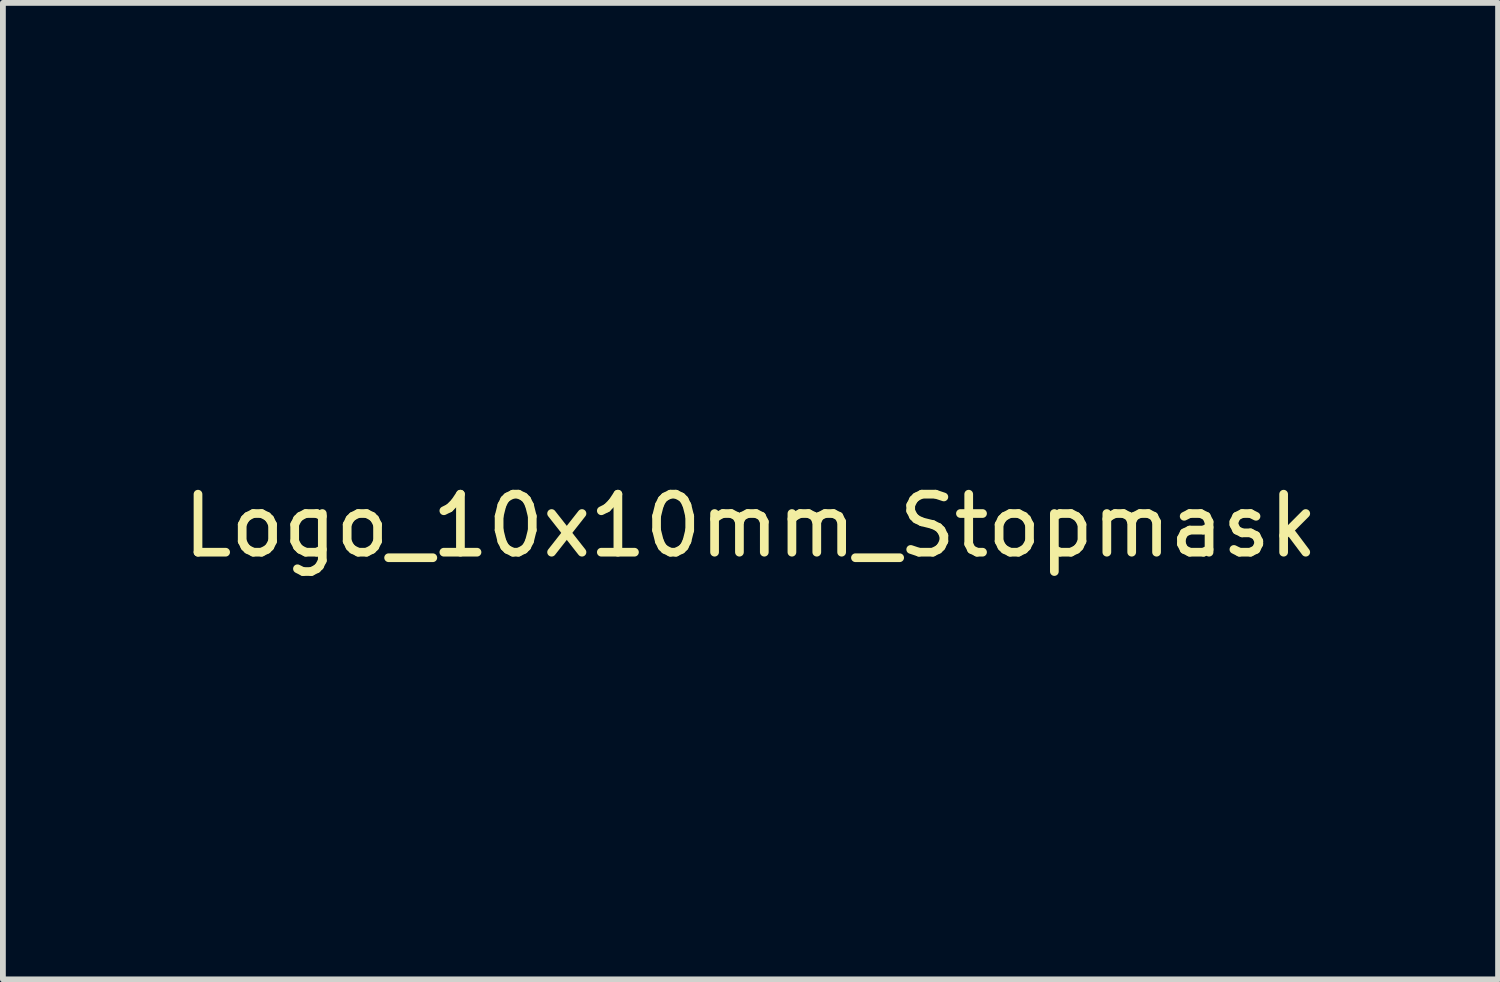
<source format=kicad_pcb>
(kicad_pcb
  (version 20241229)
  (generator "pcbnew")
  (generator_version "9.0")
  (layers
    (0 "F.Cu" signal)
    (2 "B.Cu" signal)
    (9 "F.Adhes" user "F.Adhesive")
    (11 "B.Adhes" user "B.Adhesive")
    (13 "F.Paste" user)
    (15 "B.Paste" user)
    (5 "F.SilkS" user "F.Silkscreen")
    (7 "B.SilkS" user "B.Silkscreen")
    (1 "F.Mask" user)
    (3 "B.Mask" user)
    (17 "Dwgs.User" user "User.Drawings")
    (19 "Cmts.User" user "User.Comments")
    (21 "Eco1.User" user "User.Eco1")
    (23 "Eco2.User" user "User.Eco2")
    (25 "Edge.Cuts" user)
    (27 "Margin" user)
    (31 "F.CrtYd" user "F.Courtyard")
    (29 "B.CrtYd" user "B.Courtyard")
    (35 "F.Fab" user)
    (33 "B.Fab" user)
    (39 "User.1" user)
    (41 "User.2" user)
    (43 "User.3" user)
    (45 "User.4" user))
  (footprint "Logo_10x10mm_Stopmask"
    (layer "F.Cu")
    (at 9.887 5.514)
    (property "Reference" "Logo_10x10mm_Stopmask" (at 0 0.5 0) (layer "F.SilkS") (effects (font (size 1 1) (thickness 0.15))))
    (attr through_hole)
    (fp_poly (pts (xy -0.778 -2.79) (xy -0.708 -2.744) (xy -0.656 -2.678) (xy -0.624 -2.599) (xy -0.617 -2.516) (xy -0.638 -2.433) (xy -0.689 -2.36) (xy -0.742 -2.321) (xy -0.802 -2.298) (xy -0.875 -2.286) (xy -0.887 -2.286) (xy -0.952 -2.293) (xy -1.008 -2.321) (xy -1.053 -2.358) (xy -1.102 -2.408) (xy -1.125 -2.451) (xy -1.132 -2.51) (xy -1.132 -2.537) (xy -1.117 -2.644) (xy -1.068 -2.725) (xy -0.986 -2.781) (xy -0.958 -2.793) (xy -0.863 -2.808) (xy -0.778 -2.79)) (stroke (width 0.01) (type solid)) (fill yes) (layer "F.Mask"))
    (fp_poly (pts (xy 0.861 -2.787) (xy 0.935 -2.733) (xy 0.985 -2.652) (xy 1.005 -2.548) (xy 1.005 -2.537) (xy 1.002 -2.469) (xy 0.985 -2.422) (xy 0.946 -2.377) (xy 0.926 -2.358) (xy 0.867 -2.312) (xy 0.813 -2.291) (xy 0.757 -2.287) (xy 0.685 -2.295) (xy 0.622 -2.316) (xy 0.611 -2.322) (xy 0.538 -2.388) (xy 0.498 -2.471) (xy 0.49 -2.561) (xy 0.512 -2.649) (xy 0.564 -2.726) (xy 0.644 -2.782) (xy 0.67 -2.793) (xy 0.771 -2.808) (xy 0.861 -2.787)) (stroke (width 0.01) (type solid)) (fill yes) (layer "F.Mask"))
    (fp_poly (pts (xy -3.767 -0.793) (xy -3.713 -0.748) (xy -3.692 -0.703) (xy -3.642 -0.493) (xy -3.588 -0.31) (xy -3.534 -0.161) (xy -3.533 -0.157) (xy -3.436 0.036) (xy -3.312 0.224) (xy -3.169 0.396) (xy -3.015 0.542) (xy -2.911 0.62) (xy -2.845 0.671) (xy -2.8 0.723) (xy -2.789 0.745) (xy -2.784 0.817) (xy -2.812 0.885) (xy -2.863 0.938) (xy -2.928 0.968) (xy -2.986 0.967) (xy -3.083 0.927) (xy -3.194 0.853) (xy -3.314 0.75) (xy -3.44 0.621) (xy -3.567 0.472) (xy -3.69 0.307) (xy -3.721 0.263) (xy -3.737 0.242) (xy -3.742 0.253) (xy -3.736 0.298) (xy -3.735 0.307) (xy -3.711 0.416) (xy -3.668 0.552) (xy -3.609 0.706) (xy -3.539 0.87) (xy -3.461 1.032) (xy -3.459 1.037) (xy -3.409 1.137) (xy -3.368 1.226) (xy -3.338 1.297) (xy -3.324 1.342) (xy -3.323 1.348) (xy -3.34 1.402) (xy -3.382 1.458) (xy -3.435 1.5) (xy -3.461 1.511) (xy -3.51 1.511) (xy -3.567 1.494) (xy -3.614 1.457) (xy -3.671 1.384) (xy -3.733 1.282) (xy -3.799 1.157) (xy -3.865 1.013) (xy -3.93 0.858) (xy -3.989 0.696) (xy -4.041 0.534) (xy -4.059 0.47) (xy -4.081 0.383) (xy -4.096 0.306) (xy -4.106 0.228) (xy -4.112 0.136) (xy -4.115 0.021) (xy -4.115 -0.074) (xy -4.115 -0.208) (xy -4.113 -0.309) (xy -4.108 -0.388) (xy -4.098 -0.454) (xy -4.084 -0.517) (xy -4.066 -0.578) (xy -4.021 -0.698) (xy -3.97 -0.777) (xy -3.911 -0.817) (xy -3.842 -0.821) (xy -3.767 -0.793)) (stroke (width 0.01) (type solid)) (fill yes) (layer "F.Mask"))
    (fp_poly (pts (xy -2.148 1.01) (xy -2.102 1.046) (xy -2.057 1.121) (xy -2.055 1.19) (xy -2.093 1.254) (xy -2.171 1.311) (xy -2.244 1.344) (xy -2.437 1.434) (xy -2.599 1.545) (xy -2.729 1.679) (xy -2.829 1.837) (xy -2.899 2.022) (xy -2.941 2.234) (xy -2.955 2.477) (xy -2.945 2.726) (xy -2.905 3.075) (xy -2.843 3.388) (xy -2.757 3.665) (xy -2.667 3.874) (xy -2.619 3.987) (xy -2.606 4.075) (xy -2.626 4.142) (xy -2.684 4.189) (xy -2.779 4.22) (xy -2.874 4.234) (xy -3.008 4.253) (xy -3.109 4.282) (xy -3.185 4.324) (xy -3.244 4.379) (xy -3.303 4.477) (xy -3.322 4.579) (xy -3.303 4.679) (xy -3.248 4.772) (xy -3.157 4.852) (xy -3.104 4.883) (xy -3.04 4.912) (xy -2.973 4.93) (xy -2.89 4.942) (xy -2.79 4.948) (xy -2.674 4.953) (xy -2.589 4.95) (xy -2.526 4.939) (xy -2.473 4.917) (xy -2.421 4.882) (xy -2.392 4.858) (xy -2.307 4.805) (xy -2.224 4.785) (xy -2.151 4.797) (xy -2.095 4.84) (xy -2.064 4.909) (xy -2.068 4.987) (xy -2.108 5.068) (xy -2.182 5.148) (xy -2.284 5.22) (xy -2.371 5.264) (xy -2.424 5.278) (xy -2.507 5.291) (xy -2.608 5.3) (xy -2.715 5.306) (xy -2.814 5.307) (xy -2.895 5.304) (xy -2.921 5.3) (xy -3.107 5.257) (xy -3.261 5.197) (xy -3.39 5.118) (xy -3.468 5.052) (xy -3.547 4.969) (xy -3.6 4.891) (xy -3.632 4.807) (xy -3.647 4.705) (xy -3.651 4.583) (xy -3.65 4.481) (xy -3.645 4.408) (xy -3.634 4.353) (xy -3.614 4.302) (xy -3.594 4.263) (xy -3.519 4.147) (xy -3.423 4.056) (xy -3.3 3.983) (xy -3.158 3.927) (xy -3.092 3.903) (xy -3.062 3.882) (xy -3.058 3.86) (xy -3.059 3.855) (xy -3.157 3.571) (xy -3.23 3.259) (xy -3.278 2.928) (xy -3.299 2.586) (xy -3.297 2.364) (xy -3.292 2.234) (xy -3.284 2.134) (xy -3.273 2.053) (xy -3.256 1.979) (xy -3.232 1.901) (xy -3.228 1.887) (xy -3.133 1.669) (xy -3.006 1.472) (xy -2.85 1.3) (xy -2.669 1.159) (xy -2.468 1.051) (xy -2.454 1.045) (xy -2.326 1.003) (xy -2.225 0.991) (xy -2.148 1.01)) (stroke (width 0.01) (type solid)) (fill yes) (layer "F.Mask"))
    (fp_poly (pts (xy 0.081 -1.533) (xy 0.181 -1.512) (xy 0.33 -1.458) (xy 0.453 -1.38) (xy 0.549 -1.285) (xy 0.614 -1.177) (xy 0.647 -1.061) (xy 0.645 -0.941) (xy 0.607 -0.824) (xy 0.548 -0.734) (xy 0.431 -0.625) (xy 0.29 -0.547) (xy 0.236 -0.528) (xy 0.183 -0.509) (xy 0.151 -0.492) (xy 0.148 -0.488) (xy 0.159 -0.463) (xy 0.186 -0.416) (xy 0.209 -0.377) (xy 0.302 -0.264) (xy 0.414 -0.177) (xy 0.539 -0.123) (xy 0.657 -0.106) (xy 0.747 -0.116) (xy 0.822 -0.152) (xy 0.892 -0.215) (xy 0.961 -0.264) (xy 1.034 -0.276) (xy 1.102 -0.256) (xy 1.154 -0.207) (xy 1.183 -0.132) (xy 1.185 -0.099) (xy 1.165 -0.016) (xy 1.109 0.064) (xy 1.024 0.136) (xy 0.915 0.194) (xy 0.789 0.234) (xy 0.738 0.244) (xy 0.592 0.245) (xy 0.437 0.212) (xy 0.282 0.147) (xy 0.136 0.053) (xy 0.046 -0.025) (xy -0.064 -0.133) (xy -0.186 -0.016) (xy -0.34 0.107) (xy -0.502 0.193) (xy -0.669 0.24) (xy -0.837 0.247) (xy -0.937 0.231) (xy -1.06 0.189) (xy -1.166 0.127) (xy -1.247 0.052) (xy -1.298 -0.031) (xy -1.312 -0.103) (xy -1.295 -0.184) (xy -1.25 -0.241) (xy -1.187 -0.272) (xy -1.115 -0.272) (xy -1.044 -0.238) (xy -1.019 -0.215) (xy -0.944 -0.149) (xy -0.869 -0.115) (xy -0.784 -0.106) (xy -0.656 -0.126) (xy -0.532 -0.183) (xy -0.421 -0.272) (xy -0.336 -0.377) (xy -0.296 -0.445) (xy -0.279 -0.484) (xy -0.284 -0.503) (xy -0.308 -0.508) (xy -0.364 -0.521) (xy -0.44 -0.556) (xy -0.522 -0.605) (xy -0.599 -0.661) (xy -0.658 -0.717) (xy -0.735 -0.829) (xy -0.774 -0.944) (xy -0.775 -1.004) (xy -0.423 -1.004) (xy -0.403 -0.947) (xy -0.348 -0.898) (xy -0.265 -0.861) (xy -0.159 -0.838) (xy -0.039 -0.833) (xy -0.027 -0.833) (xy 0.067 -0.841) (xy 0.135 -0.857) (xy 0.193 -0.885) (xy 0.211 -0.897) (xy 0.274 -0.953) (xy 0.297 -1.01) (xy 0.278 -1.064) (xy 0.259 -1.086) (xy 0.182 -1.136) (xy 0.088 -1.167) (xy -0.017 -1.182) (xy -0.124 -1.181) (xy -0.225 -1.165) (xy -0.313 -1.136) (xy -0.38 -1.093) (xy -0.418 -1.038) (xy -0.423 -1.004) (xy -0.775 -1.004) (xy -0.777 -1.057) (xy -0.748 -1.165) (xy -0.689 -1.266) (xy -0.606 -1.356) (xy -0.5 -1.432) (xy -0.375 -1.491) (xy -0.234 -1.529) (xy -0.081 -1.544) (xy 0.081 -1.533)) (stroke (width 0.01) (type solid)) (fill yes) (layer "F.Mask"))
    (fp_poly (pts (xy 2.136 0.999) (xy 2.264 1.025) (xy 2.406 1.082) (xy 2.552 1.166) (xy 2.656 1.243) (xy 2.823 1.404) (xy 2.961 1.593) (xy 3.068 1.806) (xy 3.14 2.037) (xy 3.155 2.11) (xy 3.167 2.217) (xy 3.172 2.356) (xy 3.172 2.516) (xy 3.166 2.689) (xy 3.155 2.863) (xy 3.139 3.029) (xy 3.119 3.178) (xy 3.112 3.213) (xy 3.087 3.335) (xy 3.053 3.473) (xy 3.014 3.612) (xy 2.975 3.74) (xy 2.938 3.844) (xy 2.929 3.866) (xy 2.942 3.886) (xy 2.988 3.911) (xy 3.031 3.927) (xy 3.186 3.989) (xy 3.306 4.064) (xy 3.399 4.157) (xy 3.467 4.263) (xy 3.494 4.318) (xy 3.511 4.37) (xy 3.52 4.429) (xy 3.524 4.51) (xy 3.524 4.583) (xy 3.52 4.714) (xy 3.503 4.815) (xy 3.469 4.898) (xy 3.414 4.975) (xy 3.341 5.05) (xy 3.259 5.122) (xy 3.185 5.174) (xy 3.101 5.214) (xy 3.003 5.25) (xy 2.917 5.272) (xy 2.808 5.289) (xy 2.685 5.301) (xy 2.563 5.307) (xy 2.452 5.307) (xy 2.365 5.299) (xy 2.339 5.294) (xy 2.214 5.247) (xy 2.101 5.183) (xy 2.011 5.109) (xy 1.957 5.037) (xy 1.934 4.953) (xy 1.947 4.879) (xy 1.992 4.821) (xy 2.065 4.788) (xy 2.109 4.784) (xy 2.18 4.801) (xy 2.261 4.855) (xy 2.265 4.858) (xy 2.321 4.901) (xy 2.372 4.93) (xy 2.429 4.946) (xy 2.501 4.953) (xy 2.601 4.951) (xy 2.663 4.948) (xy 2.772 4.941) (xy 2.853 4.929) (xy 2.919 4.909) (xy 2.977 4.883) (xy 3.084 4.81) (xy 3.156 4.723) (xy 3.191 4.625) (xy 3.188 4.523) (xy 3.146 4.421) (xy 3.108 4.371) (xy 3.027 4.306) (xy 2.917 4.26) (xy 2.791 4.236) (xy 2.739 4.233) (xy 2.631 4.222) (xy 2.548 4.19) (xy 2.505 4.153) (xy 2.48 4.091) (xy 2.487 4.009) (xy 2.525 3.904) (xy 2.54 3.874) (xy 2.639 3.642) (xy 2.717 3.38) (xy 2.776 3.085) (xy 2.815 2.754) (xy 2.818 2.709) (xy 2.828 2.573) (xy 2.833 2.467) (xy 2.833 2.381) (xy 2.827 2.304) (xy 2.817 2.224) (xy 2.811 2.189) (xy 2.759 1.979) (xy 2.679 1.797) (xy 2.573 1.644) (xy 2.543 1.612) (xy 2.443 1.519) (xy 2.34 1.447) (xy 2.218 1.385) (xy 2.125 1.347) (xy 2.016 1.294) (xy 1.949 1.235) (xy 1.924 1.17) (xy 1.94 1.097) (xy 1.972 1.048) (xy 2.002 1.015) (xy 2.034 0.999) (xy 2.084 0.996) (xy 2.136 0.999)) (stroke (width 0.01) (type solid)) (fill yes) (layer "F.Mask"))
    (fp_poly (pts (xy 1.271 1.731) (xy 1.329 1.772) (xy 1.368 1.826) (xy 1.376 1.863) (xy 1.372 1.892) (xy 1.363 1.959) (xy 1.347 2.059) (xy 1.327 2.187) (xy 1.302 2.339) (xy 1.274 2.512) (xy 1.243 2.699) (xy 1.217 2.857) (xy 1.184 3.054) (xy 1.154 3.239) (xy 1.127 3.407) (xy 1.103 3.555) (xy 1.083 3.677) (xy 1.069 3.77) (xy 1.061 3.829) (xy 1.058 3.85) (xy 1.069 3.879) (xy 1.107 3.898) (xy 1.144 3.905) (xy 1.206 3.922) (xy 1.289 3.953) (xy 1.373 3.992) (xy 1.377 3.994) (xy 1.518 4.085) (xy 1.624 4.2) (xy 1.695 4.338) (xy 1.73 4.497) (xy 1.731 4.636) (xy 1.7 4.796) (xy 1.632 4.938) (xy 1.53 5.06) (xy 1.398 5.16) (xy 1.236 5.236) (xy 1.047 5.287) (xy 0.835 5.311) (xy 0.76 5.313) (xy 0.55 5.296) (xy 0.358 5.248) (xy 0.188 5.17) (xy 0.047 5.064) (xy 0.033 5.05) (xy -0.064 4.954) (xy -0.16 5.05) (xy -0.272 5.14) (xy -0.41 5.217) (xy -0.558 5.273) (xy -0.633 5.291) (xy -0.747 5.305) (xy -0.886 5.31) (xy -1.031 5.305) (xy -1.164 5.292) (xy -1.185 5.289) (xy -1.315 5.255) (xy -1.451 5.198) (xy -1.574 5.127) (xy -1.644 5.073) (xy -1.749 4.952) (xy -1.819 4.811) (xy -1.856 4.659) (xy -1.858 4.502) (xy -1.824 4.348) (xy -1.754 4.205) (xy -1.726 4.164) (xy -1.652 4.09) (xy -1.55 4.019) (xy -1.434 3.958) (xy -1.319 3.916) (xy -1.271 3.905) (xy -1.213 3.891) (xy -1.189 3.868) (xy -1.185 3.85) (xy -1.189 3.821) (xy -1.198 3.754) (xy -1.214 3.655) (xy -1.234 3.527) (xy -1.259 3.375) (xy -1.287 3.204) (xy -1.318 3.016) (xy -1.344 2.857) (xy -1.377 2.661) (xy -1.407 2.476) (xy -1.435 2.307) (xy -1.458 2.159) (xy -1.478 2.036) (xy -1.492 1.943) (xy -1.501 1.883) (xy -1.503 1.863) (xy -1.484 1.806) (xy -1.437 1.755) (xy -1.375 1.722) (xy -1.333 1.714) (xy -1.25 1.727) (xy -1.195 1.768) (xy -1.167 1.825) (xy -1.16 1.86) (xy -1.146 1.932) (xy -1.127 2.036) (xy -1.103 2.17) (xy -1.076 2.327) (xy -1.046 2.503) (xy -1.014 2.695) (xy -0.982 2.884) (xy -0.944 3.113) (xy -0.913 3.303) (xy -0.886 3.459) (xy -0.865 3.583) (xy -0.847 3.68) (xy -0.832 3.752) (xy -0.82 3.804) (xy -0.809 3.838) (xy -0.799 3.859) (xy -0.789 3.869) (xy -0.778 3.873) (xy -0.768 3.873) (xy -0.708 3.892) (xy -0.654 3.94) (xy -0.62 4.002) (xy -0.614 4.041) (xy -0.629 4.103) (xy -0.663 4.161) (xy -0.686 4.185) (xy -0.711 4.202) (xy -0.747 4.214) (xy -0.802 4.222) (xy -0.884 4.228) (xy -0.975 4.233) (xy -1.1 4.243) (xy -1.206 4.256) (xy -1.284 4.271) (xy -1.312 4.28) (xy -1.41 4.343) (xy -1.475 4.427) (xy -1.507 4.524) (xy -1.505 4.626) (xy -1.467 4.727) (xy -1.401 4.808) (xy -1.317 4.871) (xy -1.216 4.915) (xy -1.092 4.941) (xy -0.936 4.952) (xy -0.88 4.953) (xy -0.725 4.945) (xy -0.601 4.919) (xy -0.5 4.873) (xy -0.411 4.802) (xy -0.374 4.761) (xy -0.347 4.729) (xy -0.323 4.698) (xy -0.303 4.666) (xy -0.286 4.63) (xy -0.272 4.586) (xy -0.261 4.53) (xy -0.252 4.46) (xy -0.245 4.373) (xy -0.24 4.264) (xy -0.237 4.131) (xy -0.235 3.971) (xy -0.233 3.78) (xy -0.233 3.555) (xy -0.233 3.292) (xy -0.233 3.133) (xy -0.233 1.807) (xy -0.184 1.761) (xy -0.116 1.722) (xy -0.038 1.716) (xy 0.034 1.742) (xy 0.06 1.763) (xy 0.106 1.812) (xy 0.106 3.135) (xy 0.106 3.419) (xy 0.106 3.664) (xy 0.107 3.873) (xy 0.109 4.049) (xy 0.111 4.196) (xy 0.115 4.318) (xy 0.121 4.416) (xy 0.129 4.495) (xy 0.139 4.558) (xy 0.151 4.608) (xy 0.167 4.648) (xy 0.185 4.682) (xy 0.207 4.713) (xy 0.232 4.744) (xy 0.247 4.761) (xy 0.332 4.844) (xy 0.426 4.901) (xy 0.539 4.936) (xy 0.679 4.951) (xy 0.753 4.953) (xy 0.919 4.946) (xy 1.053 4.925) (xy 1.16 4.887) (xy 1.249 4.83) (xy 1.274 4.808) (xy 1.346 4.716) (xy 1.38 4.615) (xy 1.379 4.513) (xy 1.343 4.416) (xy 1.273 4.334) (xy 1.185 4.28) (xy 1.125 4.263) (xy 1.031 4.249) (xy 0.909 4.238) (xy 0.85 4.235) (xy 0.74 4.229) (xy 0.664 4.223) (xy 0.614 4.214) (xy 0.581 4.202) (xy 0.557 4.184) (xy 0.537 4.163) (xy 0.501 4.101) (xy 0.487 4.041) (xy 0.504 3.975) (xy 0.548 3.917) (xy 0.606 3.88) (xy 0.641 3.873) (xy 0.653 3.873) (xy 0.663 3.868) (xy 0.673 3.856) (xy 0.683 3.834) (xy 0.694 3.797) (xy 0.707 3.742) (xy 0.722 3.666) (xy 0.741 3.565) (xy 0.763 3.436) (xy 0.79 3.275) (xy 0.823 3.079) (xy 0.855 2.884) (xy 0.889 2.682) (xy 0.921 2.491) (xy 0.951 2.316) (xy 0.978 2.16) (xy 1.001 2.029) (xy 1.02 1.926) (xy 1.033 1.856) (xy 1.04 1.825) (xy 1.076 1.758) (xy 1.135 1.723) (xy 1.206 1.714) (xy 1.271 1.731)) (stroke (width 0.01) (type solid)) (fill yes) (layer "F.Mask"))
    (fp_poly (pts (xy 2.709 -5.481) (xy 2.897 -5.42) (xy 3.095 -5.328) (xy 3.299 -5.207) (xy 3.508 -5.057) (xy 3.717 -4.88) (xy 3.784 -4.817) (xy 4.029 -4.56) (xy 4.233 -4.299) (xy 4.394 -4.033) (xy 4.513 -3.762) (xy 4.59 -3.487) (xy 4.613 -3.348) (xy 4.62 -3.141) (xy 4.589 -2.947) (xy 4.522 -2.769) (xy 4.421 -2.612) (xy 4.288 -2.479) (xy 4.124 -2.373) (xy 4.108 -2.365) (xy 4.043 -2.335) (xy 3.989 -2.315) (xy 3.934 -2.304) (xy 3.865 -2.298) (xy 3.769 -2.297) (xy 3.736 -2.297) (xy 3.631 -2.297) (xy 3.555 -2.301) (xy 3.498 -2.31) (xy 3.445 -2.327) (xy 3.386 -2.354) (xy 3.361 -2.366) (xy 3.213 -2.46) (xy 3.121 -2.546) (xy 3.086 -2.589) (xy 3.032 -2.662) (xy 2.961 -2.761) (xy 2.876 -2.882) (xy 2.782 -3.019) (xy 2.68 -3.168) (xy 2.575 -3.324) (xy 2.569 -3.333) (xy 2.446 -3.517) (xy 2.346 -3.669) (xy 2.266 -3.793) (xy 2.205 -3.893) (xy 2.161 -3.972) (xy 2.133 -4.033) (xy 2.119 -4.081) (xy 2.117 -4.118) (xy 2.125 -4.148) (xy 2.143 -4.175) (xy 2.169 -4.202) (xy 2.169 -4.203) (xy 2.24 -4.246) (xy 2.323 -4.251) (xy 2.36 -4.241) (xy 2.379 -4.221) (xy 2.419 -4.17) (xy 2.476 -4.09) (xy 2.549 -3.988) (xy 2.634 -3.865) (xy 2.729 -3.727) (xy 2.83 -3.576) (xy 2.856 -3.537) (xy 2.991 -3.337) (xy 3.105 -3.17) (xy 3.202 -3.032) (xy 3.284 -2.921) (xy 3.353 -2.834) (xy 3.412 -2.767) (xy 3.463 -2.718) (xy 3.51 -2.684) (xy 3.554 -2.66) (xy 3.591 -2.648) (xy 3.733 -2.629) (xy 3.872 -2.65) (xy 4.002 -2.707) (xy 4.117 -2.798) (xy 4.207 -2.917) (xy 4.235 -2.97) (xy 4.253 -3.019) (xy 4.261 -3.078) (xy 4.264 -3.159) (xy 4.264 -3.207) (xy 4.248 -3.411) (xy 4.197 -3.613) (xy 4.11 -3.82) (xy 4.089 -3.863) (xy 3.967 -4.066) (xy 3.816 -4.267) (xy 3.643 -4.462) (xy 3.454 -4.644) (xy 3.254 -4.807) (xy 3.051 -4.947) (xy 2.851 -5.057) (xy 2.694 -5.121) (xy 2.568 -5.154) (xy 2.465 -5.162) (xy 2.375 -5.143) (xy 2.333 -5.125) (xy 2.244 -5.073) (xy 2.133 -4.997) (xy 2.006 -4.903) (xy 1.871 -4.797) (xy 1.736 -4.683) (xy 1.686 -4.639) (xy 1.463 -4.442) (xy 1.599 -4.258) (xy 1.776 -3.989) (xy 1.934 -3.686) (xy 2.073 -3.352) (xy 2.192 -2.991) (xy 2.29 -2.608) (xy 2.366 -2.206) (xy 2.419 -1.791) (xy 2.447 -1.365) (xy 2.45 -0.932) (xy 2.449 -0.893) (xy 2.443 -0.738) (xy 2.434 -0.588) (xy 2.424 -0.454) (xy 2.412 -0.344) (xy 2.404 -0.292) (xy 2.335 -0.003) (xy 2.239 0.255) (xy 2.117 0.484) (xy 1.965 0.683) (xy 1.785 0.854) (xy 1.574 0.998) (xy 1.332 1.115) (xy 1.058 1.206) (xy 0.75 1.272) (xy 0.445 1.311) (xy 0.274 1.322) (xy 0.076 1.329) (xy -0.133 1.33) (xy -0.338 1.326) (xy -0.523 1.316) (xy -0.603 1.31) (xy -0.925 1.266) (xy -1.218 1.197) (xy -1.49 1.1) (xy -1.662 1.02) (xy -1.764 0.964) (xy -1.851 0.905) (xy -1.938 0.833) (xy -2.034 0.741) (xy -2.121 0.649) (xy -2.187 0.572) (xy -2.241 0.493) (xy -2.293 0.398) (xy -2.324 0.337) (xy -2.403 0.161) (xy -2.466 -0.021) (xy -2.514 -0.213) (xy -2.548 -0.421) (xy -2.569 -0.652) (xy -2.579 -0.912) (xy -2.578 -1.046) (xy -2.229 -1.046) (xy -2.226 -0.861) (xy -2.22 -0.689) (xy -2.211 -0.54) (xy -2.198 -0.423) (xy -2.195 -0.402) (xy -2.134 -0.133) (xy -2.05 0.103) (xy -1.941 0.307) (xy -1.804 0.481) (xy -1.638 0.627) (xy -1.442 0.745) (xy -1.214 0.838) (xy -0.952 0.906) (xy -0.745 0.941) (xy -0.619 0.954) (xy -0.461 0.963) (xy -0.282 0.969) (xy -0.091 0.971) (xy 0.101 0.97) (xy 0.283 0.965) (xy 0.447 0.956) (xy 0.58 0.944) (xy 0.597 0.942) (xy 0.882 0.892) (xy 1.132 0.821) (xy 1.347 0.727) (xy 1.531 0.612) (xy 1.684 0.472) (xy 1.75 0.392) (xy 1.849 0.246) (xy 1.93 0.093) (xy 1.993 -0.072) (xy 2.041 -0.255) (xy 2.074 -0.462) (xy 2.094 -0.697) (xy 2.102 -0.966) (xy 2.102 -1.048) (xy 2.09 -1.482) (xy 2.055 -1.9) (xy 1.997 -2.299) (xy 1.918 -2.677) (xy 1.818 -3.031) (xy 1.698 -3.36) (xy 1.56 -3.66) (xy 1.403 -3.929) (xy 1.229 -4.166) (xy 1.039 -4.368) (xy 0.84 -4.527) (xy 0.621 -4.652) (xy 0.388 -4.74) (xy 0.145 -4.79) (xy -0.103 -4.803) (xy -0.349 -4.778) (xy -0.59 -4.716) (xy -0.82 -4.617) (xy -0.967 -4.528) (xy -1.171 -4.364) (xy -1.36 -4.162) (xy -1.533 -3.924) (xy -1.69 -3.652) (xy -1.829 -3.348) (xy -1.949 -3.013) (xy -2.051 -2.65) (xy -2.132 -2.261) (xy -2.192 -1.846) (xy -2.202 -1.746) (xy -2.215 -1.595) (xy -2.223 -1.422) (xy -2.228 -1.236) (xy -2.229 -1.046) (xy -2.578 -1.046) (xy -2.577 -1.205) (xy -2.575 -1.259) (xy -2.566 -1.516) (xy -2.551 -1.745) (xy -2.529 -1.958) (xy -2.5 -2.169) (xy -2.461 -2.392) (xy -2.444 -2.481) (xy -2.356 -2.861) (xy -2.246 -3.222) (xy -2.117 -3.558) (xy -1.971 -3.866) (xy -1.809 -4.14) (xy -1.727 -4.257) (xy -1.592 -4.44) (xy -1.782 -4.611) (xy -1.967 -4.772) (xy -2.135 -4.907) (xy -2.285 -5.015) (xy -2.414 -5.095) (xy -2.52 -5.145) (xy -2.601 -5.164) (xy -2.608 -5.165) (xy -2.737 -5.148) (xy -2.884 -5.099) (xy -3.045 -5.023) (xy -3.214 -4.922) (xy -3.388 -4.8) (xy -3.56 -4.661) (xy -3.725 -4.508) (xy -3.879 -4.345) (xy -4.017 -4.175) (xy -4.017 -4.175) (xy -4.168 -3.947) (xy -4.28 -3.727) (xy -4.353 -3.512) (xy -4.388 -3.299) (xy -4.391 -3.207) (xy -4.385 -3.072) (xy -4.361 -2.966) (xy -4.316 -2.878) (xy -4.245 -2.796) (xy -4.209 -2.764) (xy -4.084 -2.681) (xy -3.952 -2.637) (xy -3.818 -2.63) (xy -3.689 -2.662) (xy -3.571 -2.732) (xy -3.543 -2.756) (xy -3.509 -2.794) (xy -3.455 -2.863) (xy -3.384 -2.96) (xy -3.298 -3.079) (xy -3.201 -3.218) (xy -3.095 -3.372) (xy -2.985 -3.535) (xy -2.882 -3.688) (xy -2.785 -3.83) (xy -2.697 -3.957) (xy -2.621 -4.066) (xy -2.559 -4.151) (xy -2.514 -4.211) (xy -2.489 -4.239) (xy -2.486 -4.241) (xy -2.402 -4.253) (xy -2.324 -4.226) (xy -2.296 -4.203) (xy -2.27 -4.175) (xy -2.252 -4.148) (xy -2.244 -4.118) (xy -2.245 -4.081) (xy -2.26 -4.034) (xy -2.288 -3.973) (xy -2.331 -3.895) (xy -2.392 -3.796) (xy -2.472 -3.672) (xy -2.572 -3.521) (xy -2.694 -3.338) (xy -2.698 -3.332) (xy -2.804 -3.175) (xy -2.907 -3.025) (xy -3.004 -2.886) (xy -3.091 -2.763) (xy -3.166 -2.661) (xy -3.224 -2.585) (xy -3.263 -2.539) (xy -3.264 -2.537) (xy -3.351 -2.459) (xy -3.448 -2.39) (xy -3.503 -2.359) (xy -3.563 -2.331) (xy -3.615 -2.313) (xy -3.671 -2.303) (xy -3.744 -2.298) (xy -3.844 -2.297) (xy -3.863 -2.297) (xy -3.968 -2.298) (xy -4.044 -2.302) (xy -4.102 -2.311) (xy -4.155 -2.328) (xy -4.215 -2.356) (xy -4.235 -2.365) (xy -4.401 -2.468) (xy -4.538 -2.599) (xy -4.642 -2.755) (xy -4.712 -2.93) (xy -4.746 -3.121) (xy -4.742 -3.325) (xy -4.741 -3.34) (xy -4.684 -3.619) (xy -4.586 -3.893) (xy -4.446 -4.162) (xy -4.265 -4.426) (xy -4.042 -4.685) (xy -3.905 -4.822) (xy -3.696 -5.007) (xy -3.487 -5.166) (xy -3.281 -5.296) (xy -3.081 -5.396) (xy -2.89 -5.466) (xy -2.711 -5.504) (xy -2.547 -5.509) (xy -2.401 -5.479) (xy -2.363 -5.464) (xy -2.256 -5.408) (xy -2.127 -5.328) (xy -1.985 -5.23) (xy -1.837 -5.12) (xy -1.693 -5.005) (xy -1.559 -4.889) (xy -1.445 -4.78) (xy -1.432 -4.767) (xy -1.351 -4.683) (xy -1.199 -4.791) (xy -0.958 -4.939) (xy -0.703 -5.048) (xy -0.437 -5.12) (xy -0.166 -5.153) (xy 0.106 -5.149) (xy 0.376 -5.107) (xy 0.638 -5.026) (xy 0.89 -4.908) (xy 1.093 -4.777) (xy 1.223 -4.682) (xy 1.305 -4.766) (xy 1.416 -4.875) (xy 1.548 -4.99) (xy 1.692 -5.106) (xy 1.84 -5.217) (xy 1.983 -5.317) (xy 2.115 -5.4) (xy 2.225 -5.459) (xy 2.236 -5.464) (xy 2.375 -5.504) (xy 2.534 -5.509) (xy 2.709 -5.481)) (stroke (width 0.01) (type solid)) (fill yes) (layer "F.Mask")))
  (gr_rect
    (start -3 -3)
    (end 22.774 13.832)
    (stroke (width 0.1) (type default))
    (fill no)
    (layer "Edge.Cuts")))
</source>
